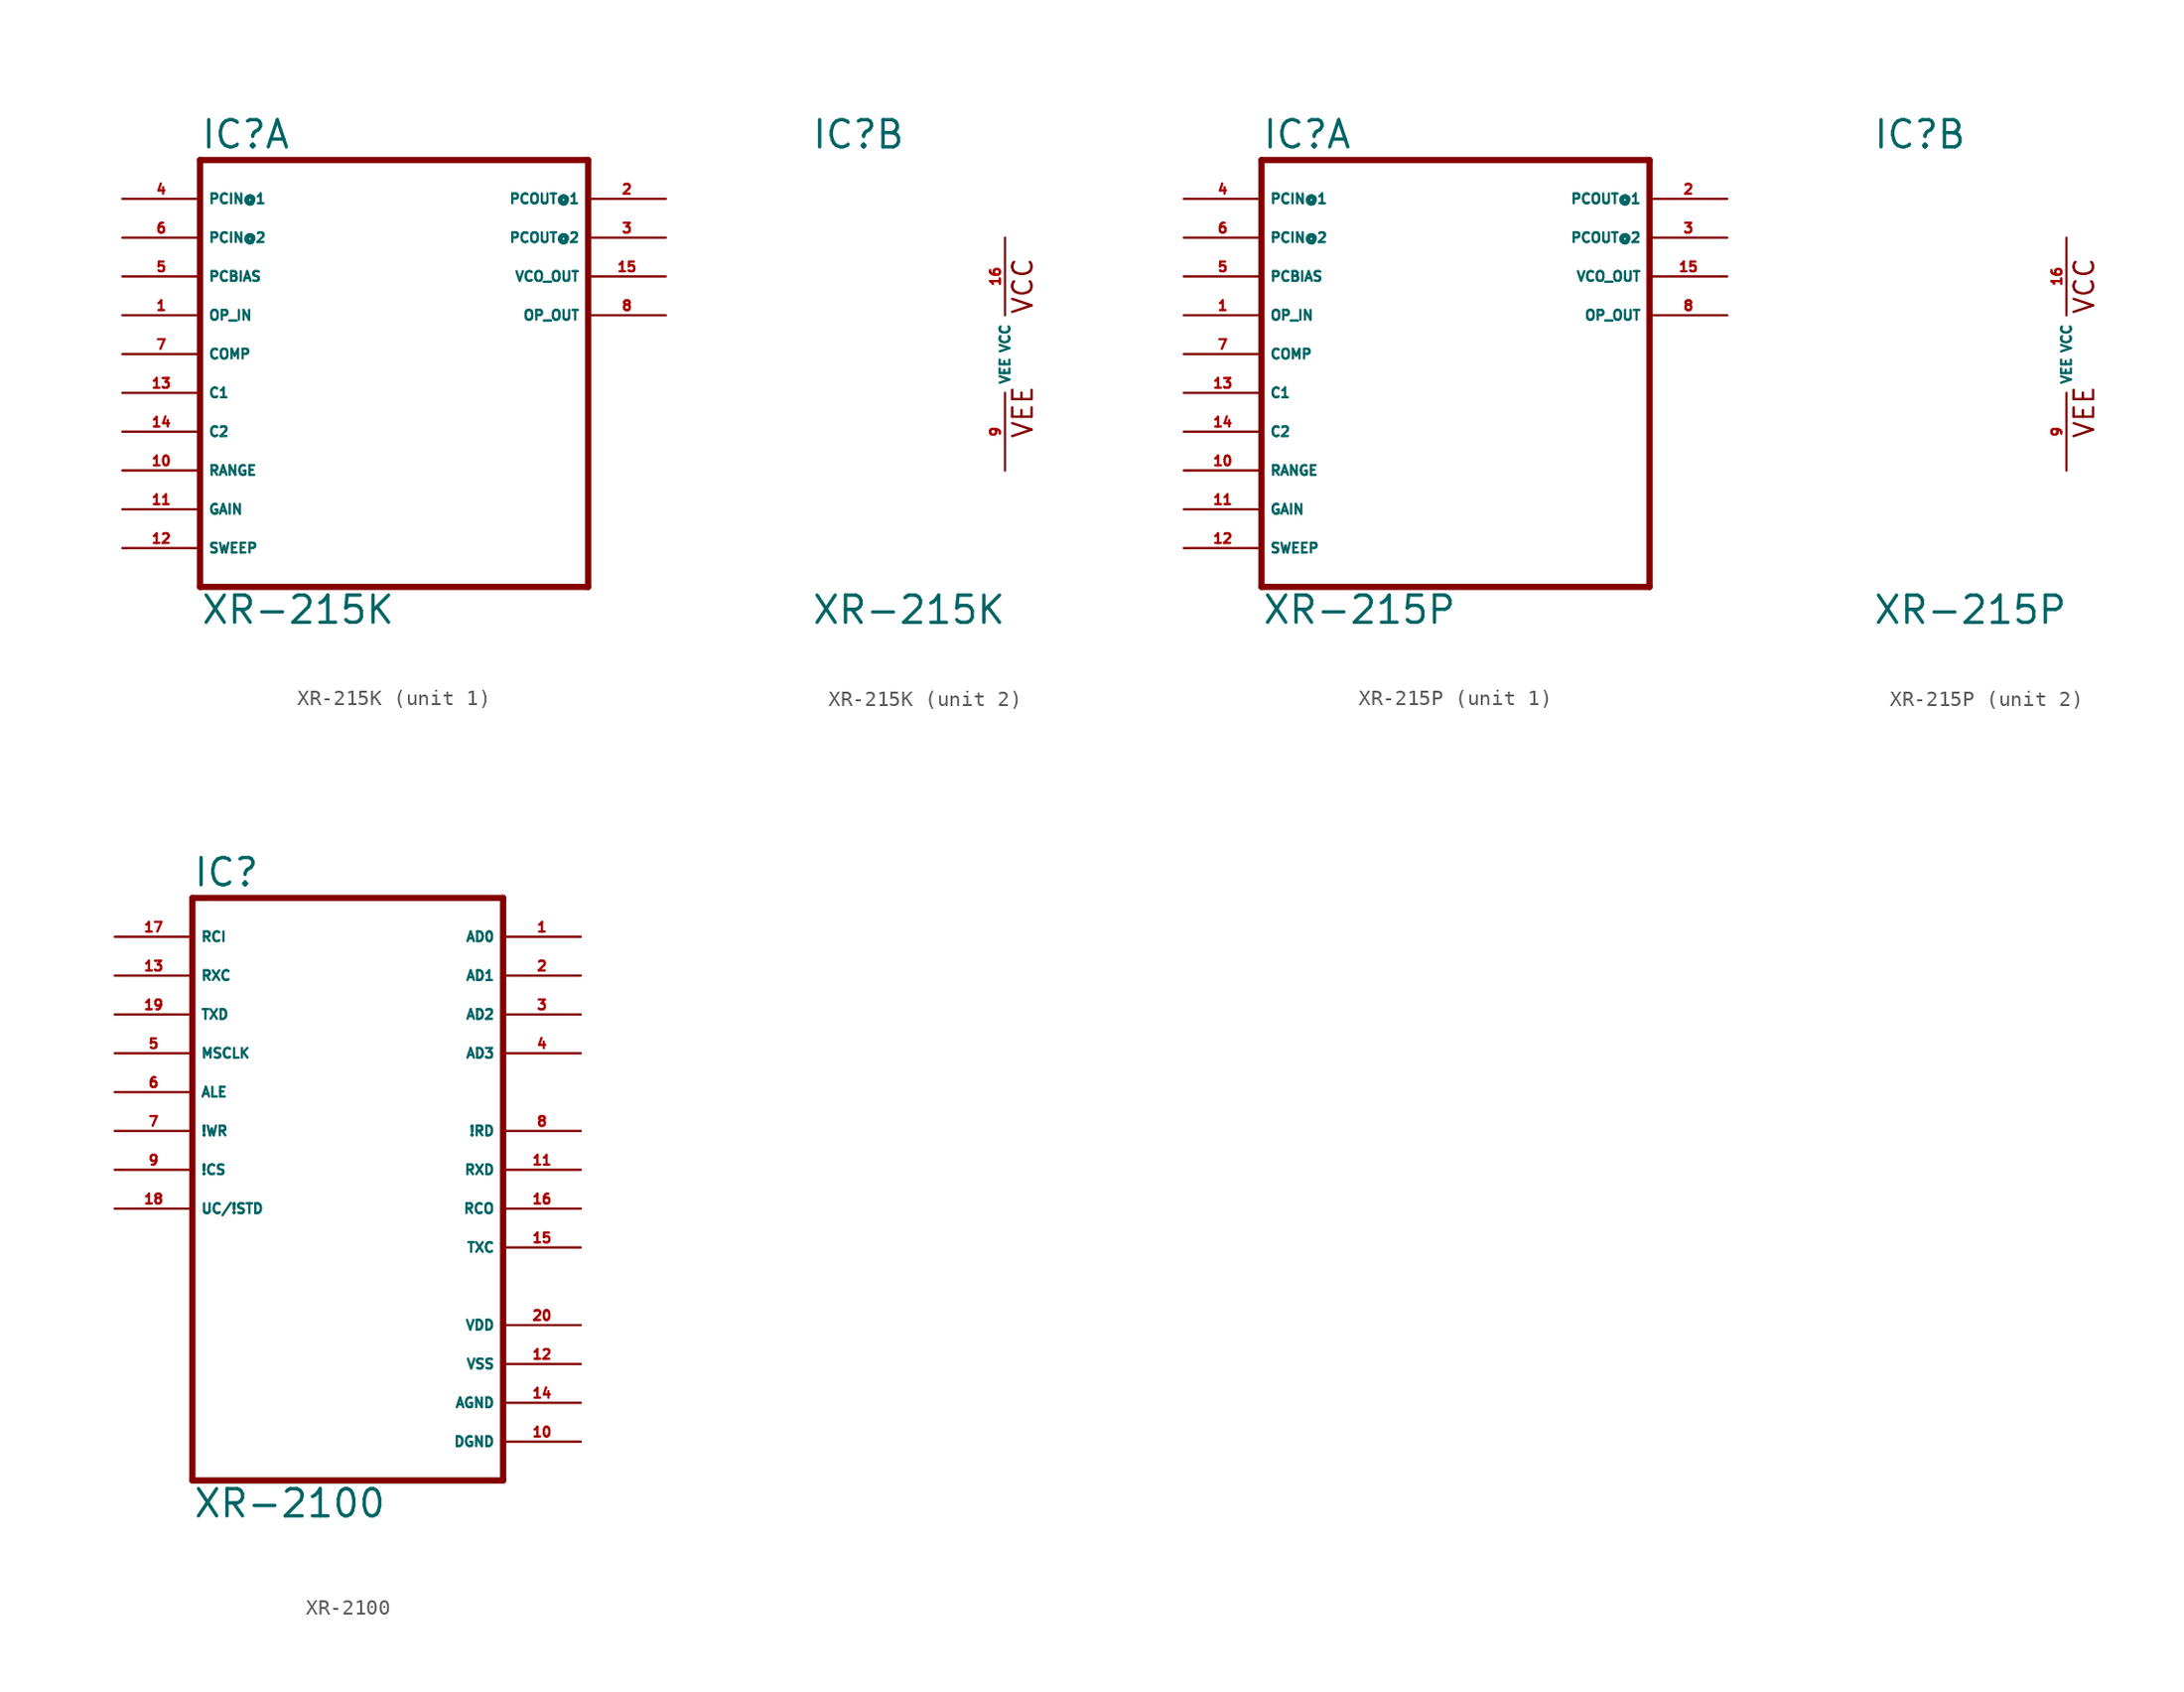
<source format=kicad_sym>
(kicad_symbol_lib
  (version 20220914)
  (generator Eagle2Kicad)
  (symbol "XR-215K"
    (property "Reference" "IC"
      (at -12.7 13.335 0)
      (effects (font (size 1.778 1.778) (thickness 0.22)) (justify left bottom)))
    (property "Value" "XR-215K"
      (at -12.7 -17.78 0)
      (effects (font (size 1.778 1.778) (thickness 0.22)) (justify left bottom)))
    (symbol "XR-215K_1_0"
      (polyline (pts (xy -12.7 12.7) (xy -12.7 -15.24)) (stroke (width 0.406) (type default)) (fill (type none)))
      (polyline (pts (xy -12.7 -15.24) (xy 12.7 -15.24)) (stroke (width 0.406) (type default)) (fill (type none)))
      (polyline (pts (xy 12.7 -15.24) (xy 12.7 12.7)) (stroke (width 0.406) (type default)) (fill (type none)))
      (polyline (pts (xy 12.7 12.7) (xy -12.7 12.7)) (stroke (width 0.406) (type default)) (fill (type none)))
      (pin input line (at -17.78 10.16 0) (length 5.08) (name "PCIN@1" (effects (font (size 0.635 0.635) (thickness 0.08)) (justify left bottom))) (number "4" (effects (font (size 0.635 0.635) (thickness 0.08)) (justify left bottom))))
      (pin input line (at -17.78 7.62 0) (length 5.08) (name "PCIN@2" (effects (font (size 0.635 0.635) (thickness 0.08)) (justify left bottom))) (number "6" (effects (font (size 0.635 0.635) (thickness 0.08)) (justify left bottom))))
      (pin input line (at -17.78 5.08 0) (length 5.08) (name "PCBIAS" (effects (font (size 0.635 0.635) (thickness 0.08)) (justify left bottom))) (number "5" (effects (font (size 0.635 0.635) (thickness 0.08)) (justify left bottom))))
      (pin input line (at -17.78 -2.54 0) (length 5.08) (name "C1" (effects (font (size 0.635 0.635) (thickness 0.08)) (justify left bottom))) (number "13" (effects (font (size 0.635 0.635) (thickness 0.08)) (justify left bottom))))
      (pin input line (at -17.78 -5.08 0) (length 5.08) (name "C2" (effects (font (size 0.635 0.635) (thickness 0.08)) (justify left bottom))) (number "14" (effects (font (size 0.635 0.635) (thickness 0.08)) (justify left bottom))))
      (pin input line (at -17.78 -12.7 0) (length 5.08) (name "SWEEP" (effects (font (size 0.635 0.635) (thickness 0.08)) (justify left bottom))) (number "12" (effects (font (size 0.635 0.635) (thickness 0.08)) (justify left bottom))))
      (pin input line (at -17.78 -10.16 0) (length 5.08) (name "GAIN" (effects (font (size 0.635 0.635) (thickness 0.08)) (justify left bottom))) (number "11" (effects (font (size 0.635 0.635) (thickness 0.08)) (justify left bottom))))
      (pin output line (at 17.78 5.08 180) (length 5.08) (name "VCO_OUT" (effects (font (size 0.635 0.635) (thickness 0.08)) (justify left bottom))) (number "15" (effects (font (size 0.635 0.635) (thickness 0.08)) (justify left bottom))))
      (pin output line (at 17.78 10.16 180) (length 5.08) (name "PCOUT@1" (effects (font (size 0.635 0.635) (thickness 0.08)) (justify left bottom))) (number "2" (effects (font (size 0.635 0.635) (thickness 0.08)) (justify left bottom))))
      (pin output line (at 17.78 7.62 180) (length 5.08) (name "PCOUT@2" (effects (font (size 0.635 0.635) (thickness 0.08)) (justify left bottom))) (number "3" (effects (font (size 0.635 0.635) (thickness 0.08)) (justify left bottom))))
      (pin input line (at -17.78 2.54 0) (length 5.08) (name "OP_IN" (effects (font (size 0.635 0.635) (thickness 0.08)) (justify left bottom))) (number "1" (effects (font (size 0.635 0.635) (thickness 0.08)) (justify left bottom))))
      (pin output line (at 17.78 2.54 180) (length 5.08) (name "OP_OUT" (effects (font (size 0.635 0.635) (thickness 0.08)) (justify left bottom))) (number "8" (effects (font (size 0.635 0.635) (thickness 0.08)) (justify left bottom))))
      (pin input line (at -17.78 0 0) (length 5.08) (name "COMP" (effects (font (size 0.635 0.635) (thickness 0.08)) (justify left bottom))) (number "7" (effects (font (size 0.635 0.635) (thickness 0.08)) (justify left bottom))))
      (pin input line (at -17.78 -7.62 0) (length 5.08) (name "RANGE" (effects (font (size 0.635 0.635) (thickness 0.08)) (justify left bottom))) (number "10" (effects (font (size 0.635 0.635) (thickness 0.08)) (justify left bottom)))))
    (symbol "XR-215K_2_0"
      (text "VEE" (at 1.905 -5.588 900) (effects (font (size 1.27 1.27) (thickness 0.16)) (justify left bottom)))
      (text "VCC" (at 1.905 2.54 900) (effects (font (size 1.27 1.27) (thickness 0.16)) (justify left bottom)))
      (pin unspecified line (at 0 7.62 270) (length 5.08) (name "VCC" (effects (font (size 0.635 0.635) (thickness 0.08)) (justify left bottom))) (number "16" (effects (font (size 0.635 0.635) (thickness 0.08)) (justify left bottom))))
      (pin unspecified line (at 0 -7.62 90) (length 5.08) (name "VEE" (effects (font (size 0.635 0.635) (thickness 0.08)) (justify left bottom))) (number "9" (effects (font (size 0.635 0.635) (thickness 0.08)) (justify left bottom))))))
  (symbol "XR-215P"
    (property "Reference" "IC"
      (at -12.7 13.335 0)
      (effects (font (size 1.778 1.778) (thickness 0.22)) (justify left bottom)))
    (property "Value" "XR-215P"
      (at -12.7 -17.78 0)
      (effects (font (size 1.778 1.778) (thickness 0.22)) (justify left bottom)))
    (symbol "XR-215P_1_0"
      (polyline (pts (xy -12.7 12.7) (xy -12.7 -15.24)) (stroke (width 0.406) (type default)) (fill (type none)))
      (polyline (pts (xy -12.7 -15.24) (xy 12.7 -15.24)) (stroke (width 0.406) (type default)) (fill (type none)))
      (polyline (pts (xy 12.7 -15.24) (xy 12.7 12.7)) (stroke (width 0.406) (type default)) (fill (type none)))
      (polyline (pts (xy 12.7 12.7) (xy -12.7 12.7)) (stroke (width 0.406) (type default)) (fill (type none)))
      (pin input line (at -17.78 10.16 0) (length 5.08) (name "PCIN@1" (effects (font (size 0.635 0.635) (thickness 0.08)) (justify left bottom))) (number "4" (effects (font (size 0.635 0.635) (thickness 0.08)) (justify left bottom))))
      (pin input line (at -17.78 7.62 0) (length 5.08) (name "PCIN@2" (effects (font (size 0.635 0.635) (thickness 0.08)) (justify left bottom))) (number "6" (effects (font (size 0.635 0.635) (thickness 0.08)) (justify left bottom))))
      (pin input line (at -17.78 5.08 0) (length 5.08) (name "PCBIAS" (effects (font (size 0.635 0.635) (thickness 0.08)) (justify left bottom))) (number "5" (effects (font (size 0.635 0.635) (thickness 0.08)) (justify left bottom))))
      (pin input line (at -17.78 -2.54 0) (length 5.08) (name "C1" (effects (font (size 0.635 0.635) (thickness 0.08)) (justify left bottom))) (number "13" (effects (font (size 0.635 0.635) (thickness 0.08)) (justify left bottom))))
      (pin input line (at -17.78 -5.08 0) (length 5.08) (name "C2" (effects (font (size 0.635 0.635) (thickness 0.08)) (justify left bottom))) (number "14" (effects (font (size 0.635 0.635) (thickness 0.08)) (justify left bottom))))
      (pin input line (at -17.78 -12.7 0) (length 5.08) (name "SWEEP" (effects (font (size 0.635 0.635) (thickness 0.08)) (justify left bottom))) (number "12" (effects (font (size 0.635 0.635) (thickness 0.08)) (justify left bottom))))
      (pin input line (at -17.78 -10.16 0) (length 5.08) (name "GAIN" (effects (font (size 0.635 0.635) (thickness 0.08)) (justify left bottom))) (number "11" (effects (font (size 0.635 0.635) (thickness 0.08)) (justify left bottom))))
      (pin output line (at 17.78 5.08 180) (length 5.08) (name "VCO_OUT" (effects (font (size 0.635 0.635) (thickness 0.08)) (justify left bottom))) (number "15" (effects (font (size 0.635 0.635) (thickness 0.08)) (justify left bottom))))
      (pin output line (at 17.78 10.16 180) (length 5.08) (name "PCOUT@1" (effects (font (size 0.635 0.635) (thickness 0.08)) (justify left bottom))) (number "2" (effects (font (size 0.635 0.635) (thickness 0.08)) (justify left bottom))))
      (pin output line (at 17.78 7.62 180) (length 5.08) (name "PCOUT@2" (effects (font (size 0.635 0.635) (thickness 0.08)) (justify left bottom))) (number "3" (effects (font (size 0.635 0.635) (thickness 0.08)) (justify left bottom))))
      (pin input line (at -17.78 2.54 0) (length 5.08) (name "OP_IN" (effects (font (size 0.635 0.635) (thickness 0.08)) (justify left bottom))) (number "1" (effects (font (size 0.635 0.635) (thickness 0.08)) (justify left bottom))))
      (pin output line (at 17.78 2.54 180) (length 5.08) (name "OP_OUT" (effects (font (size 0.635 0.635) (thickness 0.08)) (justify left bottom))) (number "8" (effects (font (size 0.635 0.635) (thickness 0.08)) (justify left bottom))))
      (pin input line (at -17.78 0 0) (length 5.08) (name "COMP" (effects (font (size 0.635 0.635) (thickness 0.08)) (justify left bottom))) (number "7" (effects (font (size 0.635 0.635) (thickness 0.08)) (justify left bottom))))
      (pin input line (at -17.78 -7.62 0) (length 5.08) (name "RANGE" (effects (font (size 0.635 0.635) (thickness 0.08)) (justify left bottom))) (number "10" (effects (font (size 0.635 0.635) (thickness 0.08)) (justify left bottom)))))
    (symbol "XR-215P_2_0"
      (text "VEE" (at 1.905 -5.588 900) (effects (font (size 1.27 1.27) (thickness 0.16)) (justify left bottom)))
      (text "VCC" (at 1.905 2.54 900) (effects (font (size 1.27 1.27) (thickness 0.16)) (justify left bottom)))
      (pin unspecified line (at 0 7.62 270) (length 5.08) (name "VCC" (effects (font (size 0.635 0.635) (thickness 0.08)) (justify left bottom))) (number "16" (effects (font (size 0.635 0.635) (thickness 0.08)) (justify left bottom))))
      (pin unspecified line (at 0 -7.62 90) (length 5.08) (name "VEE" (effects (font (size 0.635 0.635) (thickness 0.08)) (justify left bottom))) (number "9" (effects (font (size 0.635 0.635) (thickness 0.08)) (justify left bottom))))))
  (symbol "XR-2100"
    (property "Reference" "IC"
      (at -10.16 20.955 0)
      (effects (font (size 1.778 1.778) (thickness 0.22)) (justify left bottom)))
    (property "Value" "XR-2100"
      (at -10.16 -20.32 0)
      (effects (font (size 1.778 1.778) (thickness 0.22)) (justify left bottom)))
    (polyline
      (pts (xy 10.16 -17.78) (xy -10.16 -17.78))
      (stroke (width 0.406) (type default))
      (fill (type none)))
    (polyline
      (pts (xy -10.16 -17.78) (xy -10.16 20.32))
      (stroke (width 0.406) (type default))
      (fill (type none)))
    (polyline
      (pts (xy -10.16 20.32) (xy 10.16 20.32))
      (stroke (width 0.406) (type default))
      (fill (type none)))
    (polyline
      (pts (xy 10.16 20.32) (xy 10.16 -17.78))
      (stroke (width 0.406) (type default))
      (fill (type none)))
    (pin bidirectional line
      (at 15.24 17.78 180)
      (length 5.08)
      (name "AD0" (effects (font (size 0.635 0.635) (thickness 0.08)) (justify left bottom)))
      (number "1" (effects (font (size 0.635 0.635) (thickness 0.08)) (justify left bottom))))
    (pin bidirectional line
      (at 15.24 15.24 180)
      (length 5.08)
      (name "AD1" (effects (font (size 0.635 0.635) (thickness 0.08)) (justify left bottom)))
      (number "2" (effects (font (size 0.635 0.635) (thickness 0.08)) (justify left bottom))))
    (pin bidirectional line
      (at 15.24 12.7 180)
      (length 5.08)
      (name "AD2" (effects (font (size 0.635 0.635) (thickness 0.08)) (justify left bottom)))
      (number "3" (effects (font (size 0.635 0.635) (thickness 0.08)) (justify left bottom))))
    (pin bidirectional line
      (at 15.24 10.16 180)
      (length 5.08)
      (name "AD3" (effects (font (size 0.635 0.635) (thickness 0.08)) (justify left bottom)))
      (number "4" (effects (font (size 0.635 0.635) (thickness 0.08)) (justify left bottom))))
    (pin bidirectional line
      (at 15.24 5.08 180)
      (length 5.08)
      (name "!RD" (effects (font (size 0.635 0.635) (thickness 0.08)) (justify left bottom)))
      (number "8" (effects (font (size 0.635 0.635) (thickness 0.08)) (justify left bottom))))
    (pin bidirectional line
      (at 15.24 2.54 180)
      (length 5.08)
      (name "RXD" (effects (font (size 0.635 0.635) (thickness 0.08)) (justify left bottom)))
      (number "11" (effects (font (size 0.635 0.635) (thickness 0.08)) (justify left bottom))))
    (pin bidirectional line
      (at 15.24 0 180)
      (length 5.08)
      (name "RCO" (effects (font (size 0.635 0.635) (thickness 0.08)) (justify left bottom)))
      (number "16" (effects (font (size 0.635 0.635) (thickness 0.08)) (justify left bottom))))
    (pin bidirectional line
      (at 15.24 -2.54 180)
      (length 5.08)
      (name "TXC" (effects (font (size 0.635 0.635) (thickness 0.08)) (justify left bottom)))
      (number "15" (effects (font (size 0.635 0.635) (thickness 0.08)) (justify left bottom))))
    (pin input line
      (at -15.24 17.78 0)
      (length 5.08)
      (name "RCI" (effects (font (size 0.635 0.635) (thickness 0.08)) (justify left bottom)))
      (number "17" (effects (font (size 0.635 0.635) (thickness 0.08)) (justify left bottom))))
    (pin input line
      (at -15.24 15.24 0)
      (length 5.08)
      (name "RXC" (effects (font (size 0.635 0.635) (thickness 0.08)) (justify left bottom)))
      (number "13" (effects (font (size 0.635 0.635) (thickness 0.08)) (justify left bottom))))
    (pin input line
      (at -15.24 12.7 0)
      (length 5.08)
      (name "TXD" (effects (font (size 0.635 0.635) (thickness 0.08)) (justify left bottom)))
      (number "19" (effects (font (size 0.635 0.635) (thickness 0.08)) (justify left bottom))))
    (pin input line
      (at -15.24 10.16 0)
      (length 5.08)
      (name "MSCLK" (effects (font (size 0.635 0.635) (thickness 0.08)) (justify left bottom)))
      (number "5" (effects (font (size 0.635 0.635) (thickness 0.08)) (justify left bottom))))
    (pin input line
      (at -15.24 7.62 0)
      (length 5.08)
      (name "ALE" (effects (font (size 0.635 0.635) (thickness 0.08)) (justify left bottom)))
      (number "6" (effects (font (size 0.635 0.635) (thickness 0.08)) (justify left bottom))))
    (pin input line
      (at -15.24 5.08 0)
      (length 5.08)
      (name "!WR" (effects (font (size 0.635 0.635) (thickness 0.08)) (justify left bottom)))
      (number "7" (effects (font (size 0.635 0.635) (thickness 0.08)) (justify left bottom))))
    (pin input line
      (at -15.24 2.54 0)
      (length 5.08)
      (name "!CS" (effects (font (size 0.635 0.635) (thickness 0.08)) (justify left bottom)))
      (number "9" (effects (font (size 0.635 0.635) (thickness 0.08)) (justify left bottom))))
    (pin input line
      (at -15.24 0 0)
      (length 5.08)
      (name "UC/!STD" (effects (font (size 0.635 0.635) (thickness 0.08)) (justify left bottom)))
      (number "18" (effects (font (size 0.635 0.635) (thickness 0.08)) (justify left bottom))))
    (pin unspecified line
      (at 15.24 -7.62 180)
      (length 5.08)
      (name "VDD" (effects (font (size 0.635 0.635) (thickness 0.08)) (justify left bottom)))
      (number "20" (effects (font (size 0.635 0.635) (thickness 0.08)) (justify left bottom))))
    (pin unspecified line
      (at 15.24 -10.16 180)
      (length 5.08)
      (name "VSS" (effects (font (size 0.635 0.635) (thickness 0.08)) (justify left bottom)))
      (number "12" (effects (font (size 0.635 0.635) (thickness 0.08)) (justify left bottom))))
    (pin unspecified line
      (at 15.24 -12.7 180)
      (length 5.08)
      (name "AGND" (effects (font (size 0.635 0.635) (thickness 0.08)) (justify left bottom)))
      (number "14" (effects (font (size 0.635 0.635) (thickness 0.08)) (justify left bottom))))
    (pin unspecified line
      (at 15.24 -15.24 180)
      (length 5.08)
      (name "DGND" (effects (font (size 0.635 0.635) (thickness 0.08)) (justify left bottom)))
      (number "10" (effects (font (size 0.635 0.635) (thickness 0.08)) (justify left bottom))))))
</source>
